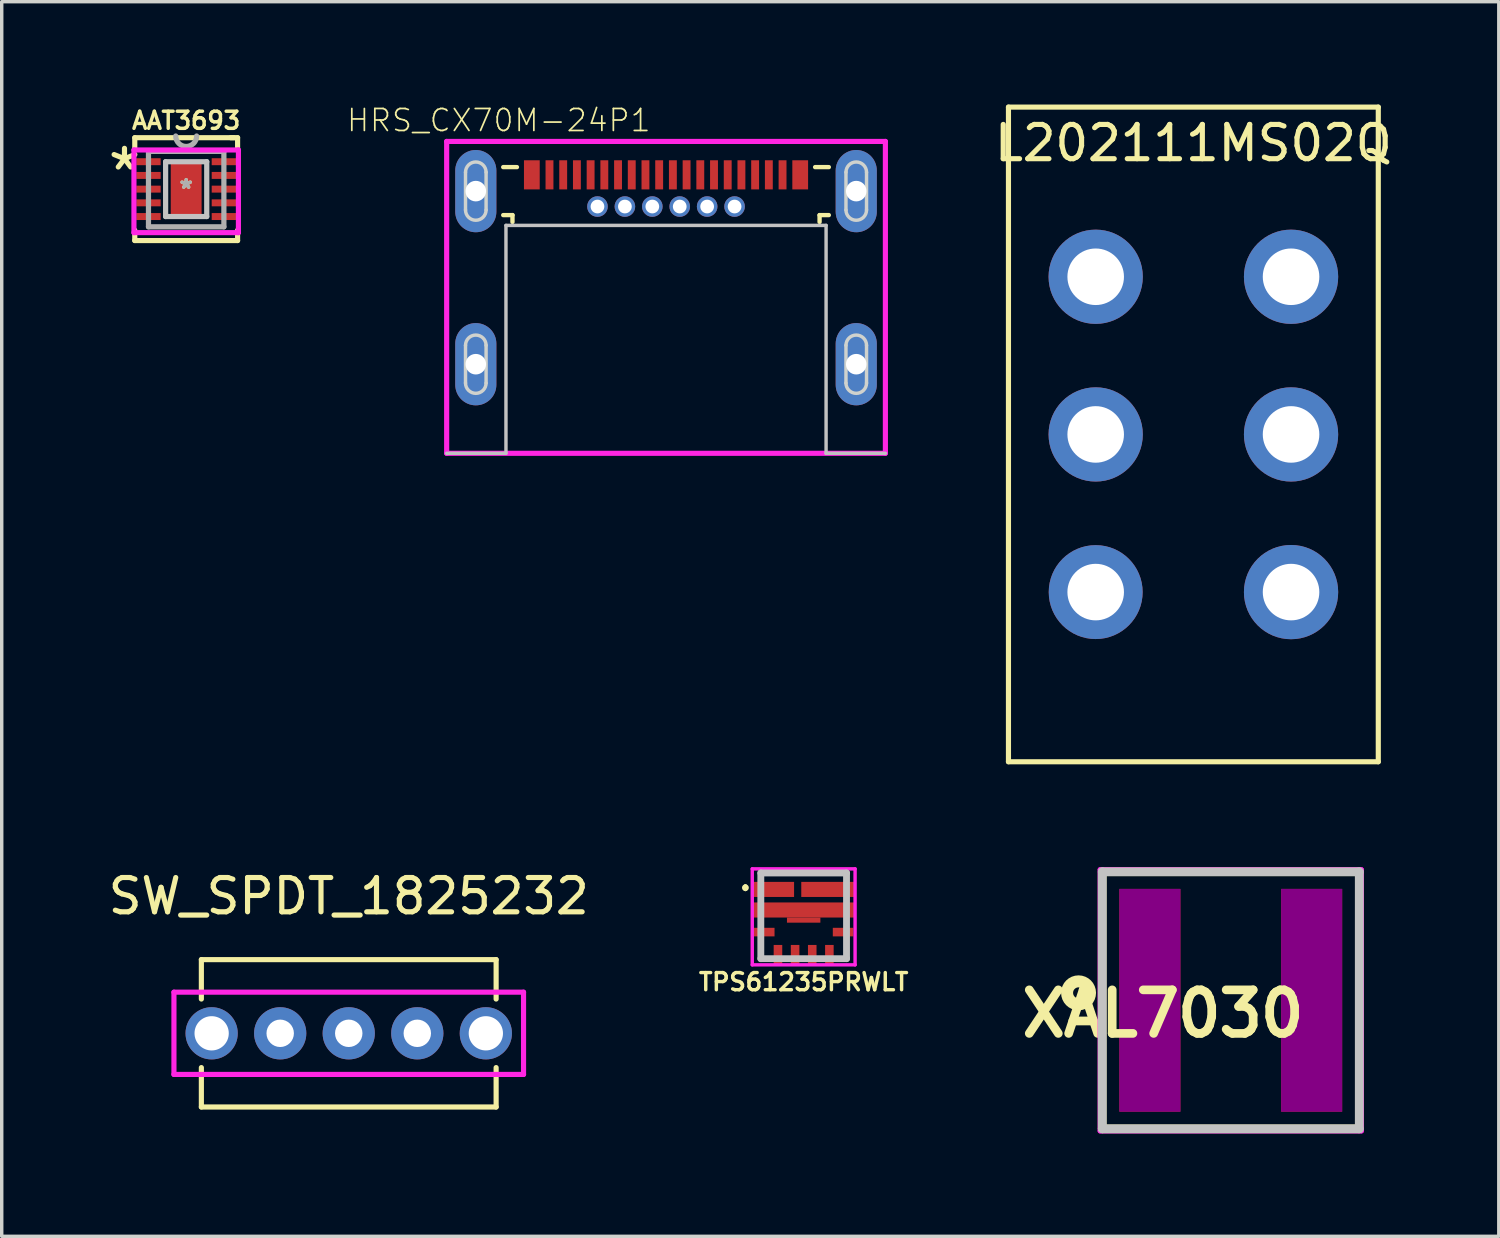
<source format=kicad_pcb>
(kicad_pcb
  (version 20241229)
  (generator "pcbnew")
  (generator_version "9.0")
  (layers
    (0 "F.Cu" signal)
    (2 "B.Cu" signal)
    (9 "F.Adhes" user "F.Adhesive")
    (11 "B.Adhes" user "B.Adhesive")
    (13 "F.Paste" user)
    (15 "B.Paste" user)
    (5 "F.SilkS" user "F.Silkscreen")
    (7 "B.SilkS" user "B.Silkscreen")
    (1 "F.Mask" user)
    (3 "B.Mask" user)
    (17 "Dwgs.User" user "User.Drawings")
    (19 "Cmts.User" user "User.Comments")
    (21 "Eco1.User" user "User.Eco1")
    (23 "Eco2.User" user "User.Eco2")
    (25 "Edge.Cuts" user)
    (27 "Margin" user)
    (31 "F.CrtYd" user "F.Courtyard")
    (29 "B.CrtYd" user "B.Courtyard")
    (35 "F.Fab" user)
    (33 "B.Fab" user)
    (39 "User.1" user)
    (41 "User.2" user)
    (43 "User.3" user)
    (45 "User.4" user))
  (footprint "HRS_CX70M-24P1"
    (layer "F.Cu")
    (at 16.382 7.576)
    (property "Reference" "HRS_CX70M-24P1" (at -4.879 -7.114 0) (layer "F.SilkS") (effects (font (size 0.641 0.641) (thickness 0.05))))
    (attr smd)
    (fp_line (start -4.75 -5.75) (end -4.35 -5.75) (stroke (width 0.127) (type solid)) (layer "F.SilkS"))
    (fp_line (start -4.75 -4.35) (end -4.48 -4.35) (stroke (width 0.127) (type solid)) (layer "F.SilkS"))
    (fp_line (start -4.48 -4.35) (end -4.48 -4.15) (stroke (width 0.127) (type solid)) (layer "F.SilkS"))
    (fp_line (start 4.35 -5.75) (end 4.75 -5.75) (stroke (width 0.127) (type solid)) (layer "F.SilkS"))
    (fp_line (start 4.48 -4.35) (end 4.48 -4.15) (stroke (width 0.127) (type solid)) (layer "F.SilkS"))
    (fp_line (start 4.75 -4.35) (end 4.48 -4.35) (stroke (width 0.127) (type solid)) (layer "F.SilkS"))
    (fp_line (start -6.4 2.6) (end -4.67 2.6) (stroke (width 0.1) (type solid)) (layer "Dwgs.User"))
    (fp_line (start -4.67 -4.05) (end 4.67 -4.05) (stroke (width 0.1) (type solid)) (layer "Dwgs.User"))
    (fp_line (start -4.67 2.6) (end -4.67 -4.05) (stroke (width 0.1) (type solid)) (layer "Dwgs.User"))
    (fp_line (start 4.67 -4.05) (end 4.67 2.6) (stroke (width 0.1) (type solid)) (layer "Dwgs.User"))
    (fp_line (start 4.67 2.6) (end 6.4 2.6) (stroke (width 0.1) (type solid)) (layer "Dwgs.User"))
    (fp_line (start -6.4 -6.5) (end 6.4 -6.5) (stroke (width 0.05) (type solid)) (layer "Eco1.User"))
    (fp_line (start -6.4 2.85) (end -6.4 -6.5) (stroke (width 0.05) (type solid)) (layer "Eco1.User"))
    (fp_line (start 6.4 -6.5) (end 6.4 2.85) (stroke (width 0.05) (type solid)) (layer "Eco1.User"))
    (fp_line (start 6.4 2.85) (end -6.4 2.85) (stroke (width 0.05) (type solid)) (layer "Eco1.User"))
    (fp_line (start -5.7 -5.75) (end -5.7 -4.35) (stroke (width 0.127) (type solid)) (layer "Eco2.User"))
    (fp_line (start -5.7 -5.75) (end 5.7 -5.75) (stroke (width 0.127) (type solid)) (layer "Eco2.User"))
    (fp_line (start -5.7 -4.35) (end -4.48 -4.35) (stroke (width 0.127) (type solid)) (layer "Eco2.User"))
    (fp_line (start -4.48 2.6) (end -4.48 -4.35) (stroke (width 0.127) (type solid)) (layer "Eco2.User"))
    (fp_line (start 4.48 -4.35) (end 4.48 2.6) (stroke (width 0.127) (type solid)) (layer "Eco2.User"))
    (fp_line (start 4.48 -4.35) (end 5.7 -4.35) (stroke (width 0.127) (type solid)) (layer "Eco2.User"))
    (fp_line (start 4.48 2.6) (end -4.48 2.6) (stroke (width 0.127) (type solid)) (layer "Eco2.User"))
    (fp_line (start 5.7 -5.75) (end 5.7 -4.35) (stroke (width 0.127) (type solid)) (layer "Eco2.User"))
    (fp_line (start -5.85 -4.5) (end -5.85 -5.6) (stroke (width 0.1) (type solid)) (layer "Edge.Cuts"))
    (fp_line (start -5.85 0.55) (end -5.85 -0.55) (stroke (width 0.1) (type solid)) (layer "Edge.Cuts"))
    (fp_line (start -5.25 -5.6) (end -5.25 -4.5) (stroke (width 0.1) (type solid)) (layer "Edge.Cuts"))
    (fp_line (start -5.25 -0.55) (end -5.25 0.55) (stroke (width 0.1) (type solid)) (layer "Edge.Cuts"))
    (fp_line (start 5.25 -4.5) (end 5.25 -5.6) (stroke (width 0.1) (type solid)) (layer "Edge.Cuts"))
    (fp_line (start 5.25 0.55) (end 5.25 -0.55) (stroke (width 0.1) (type solid)) (layer "Edge.Cuts"))
    (fp_line (start 5.85 -5.6) (end 5.85 -4.5) (stroke (width 0.1) (type solid)) (layer "Edge.Cuts"))
    (fp_line (start 5.85 -0.55) (end 5.85 0.55) (stroke (width 0.1) (type solid)) (layer "Edge.Cuts"))
    (fp_arc (start -5.85 -5.6) (mid -5.55 -5.9) (end -5.25 -5.6) (stroke (width 0.1) (type solid)) (layer "Edge.Cuts"))
    (fp_arc (start -5.85 -0.55) (mid -5.55 -0.85) (end -5.25 -0.55) (stroke (width 0.1) (type solid)) (layer "Edge.Cuts"))
    (fp_arc (start -5.25 -4.5) (mid -5.55 -4.2) (end -5.85 -4.5) (stroke (width 0.1) (type solid)) (layer "Edge.Cuts"))
    (fp_arc (start -5.25 0.55) (mid -5.55 0.85) (end -5.85 0.55) (stroke (width 0.1) (type solid)) (layer "Edge.Cuts"))
    (fp_arc (start 5.25 -5.6) (mid 5.55 -5.9) (end 5.85 -5.6) (stroke (width 0.1) (type solid)) (layer "Edge.Cuts"))
    (fp_arc (start 5.25 -0.55) (mid 5.55 -0.85) (end 5.85 -0.55) (stroke (width 0.1) (type solid)) (layer "Edge.Cuts"))
    (fp_arc (start 5.85 -4.5) (mid 5.55 -4.2) (end 5.25 -4.5) (stroke (width 0.1) (type solid)) (layer "Edge.Cuts"))
    (fp_arc (start 5.85 0.55) (mid 5.55 0.85) (end 5.25 0.55) (stroke (width 0.1) (type solid)) (layer "Edge.Cuts"))
    (fp_line (start -6.4 -6.5) (end 6.4 -6.5) (stroke (width 0.15) (type solid)) (layer "F.CrtYd"))
    (fp_line (start -6.4 2.6) (end -6.4 -6.5) (stroke (width 0.15) (type solid)) (layer "F.CrtYd"))
    (fp_line (start 6.4 -6.5) (end 6.4 2.6) (stroke (width 0.15) (type solid)) (layer "F.CrtYd"))
    (fp_line (start 6.4 2.6) (end -6.4 2.6) (stroke (width 0.15) (type solid)) (layer "F.CrtYd"))
    (pad "A1" smd rect (at -2.2 -5.525 90) (size 0.85 0.23) (layers "F.Cu" "F.Mask" "F.Paste"))
    (pad "A2" smd rect (at -1.8 -5.525 90) (size 0.85 0.23) (layers "F.Cu" "F.Mask" "F.Paste"))
    (pad "A3" smd rect (at -1.4 -5.525 90) (size 0.85 0.23) (layers "F.Cu" "F.Mask" "F.Paste"))
    (pad "A4" smd rect (at -1 -5.525 90) (size 0.85 0.23) (layers "F.Cu" "F.Mask" "F.Paste"))
    (pad "A5" smd rect (at -0.6 -5.525 90) (size 0.85 0.23) (layers "F.Cu" "F.Mask" "F.Paste"))
    (pad "A6" smd rect (at -0.2 -5.525 90) (size 0.85 0.23) (layers "F.Cu" "F.Mask" "F.Paste"))
    (pad "A7" smd rect (at 0.2 -5.525 90) (size 0.85 0.23) (layers "F.Cu" "F.Mask" "F.Paste"))
    (pad "A8" smd rect (at 0.6 -5.525 90) (size 0.85 0.23) (layers "F.Cu" "F.Mask" "F.Paste"))
    (pad "A9" smd rect (at 1 -5.525 90) (size 0.85 0.23) (layers "F.Cu" "F.Mask" "F.Paste"))
    (pad "A10" smd rect (at 1.4 -5.525 90) (size 0.85 0.23) (layers "F.Cu" "F.Mask" "F.Paste"))
    (pad "A11" smd rect (at 1.8 -5.525 90) (size 0.85 0.23) (layers "F.Cu" "F.Mask" "F.Paste"))
    (pad "A12" smd rect (at 2.2 -5.525 90) (size 0.85 0.23) (layers "F.Cu" "F.Mask" "F.Paste"))
    (pad "B1" smd rect (at 3.4 -5.525 90) (size 0.85 0.23) (layers "F.Cu" "F.Mask" "F.Paste"))
    (pad "B2" smd rect (at 3 -5.525 90) (size 0.85 0.23) (layers "F.Cu" "F.Mask" "F.Paste"))
    (pad "B3" smd rect (at 2.6 -5.525 90) (size 0.85 0.23) (layers "F.Cu" "F.Mask" "F.Paste"))
    (pad "B4" thru_hole circle (at 2 -4.6) (size 0.6 0.6) (drill 0.4) (layers "*.Cu" "*.Mask"))
    (pad "B5" thru_hole circle (at 1.2 -4.6) (size 0.6 0.6) (drill 0.4) (layers "*.Cu" "*.Mask"))
    (pad "B6" thru_hole circle (at 0.4 -4.6) (size 0.6 0.6) (drill 0.4) (layers "*.Cu" "*.Mask"))
    (pad "B7" thru_hole circle (at -0.4 -4.6) (size 0.6 0.6) (drill 0.4) (layers "*.Cu" "*.Mask"))
    (pad "B8" thru_hole circle (at -1.2 -4.6) (size 0.6 0.6) (drill 0.4) (layers "*.Cu" "*.Mask"))
    (pad "B9" thru_hole circle (at -2 -4.6) (size 0.6 0.6) (drill 0.4) (layers "*.Cu" "*.Mask"))
    (pad "B10" smd rect (at -2.6 -5.525 90) (size 0.85 0.23) (layers "F.Cu" "F.Mask" "F.Paste"))
    (pad "B11" smd rect (at -3 -5.525 90) (size 0.85 0.23) (layers "F.Cu" "F.Mask" "F.Paste"))
    (pad "B12" smd rect (at -3.4 -5.525 90) (size 0.85 0.23) (layers "F.Cu" "F.Mask" "F.Paste"))
    (pad "S1" thru_hole oval (at -5.55 -5.05 90) (size 2.4 1.2) (drill 0.6) (layers "*.Cu" "*.Mask"))
    (pad "S2" smd rect (at -3.915 -5.525 90) (size 0.85 0.46) (layers "F.Cu" "F.Mask" "F.Paste"))
    (pad "S3" smd rect (at 3.915 -5.525 90) (size 0.85 0.46) (layers "F.Cu" "F.Mask" "F.Paste"))
    (pad "S4" thru_hole oval (at 5.55 -5.05 90) (size 2.4 1.2) (drill 0.6) (layers "*.Cu" "*.Mask"))
    (pad "S5" thru_hole oval (at -5.55 0 90) (size 2.4 1.2) (drill 0.6) (layers "*.Cu" "*.Mask"))
    (pad "S6" thru_hole oval (at 5.55 0 90) (size 2.4 1.2) (drill 0.6) (layers "*.Cu" "*.Mask")))
  (footprint "L202111MS02Q"
    (layer "F.Cu")
    (at 31.768 9.625)
    (property "Reference" "L202111MS02Q" (at 0 -8.5 180) (layer "F.SilkS") (effects (font (size 1 1) (thickness 0.15))))
    (attr through_hole)
    (fp_line (start -5.395 -9.55) (end 5.395 -9.55) (stroke (width 0.15) (type solid)) (layer "F.SilkS"))
    (fp_line (start -5.395 9.55) (end -5.395 -9.55) (stroke (width 0.15) (type solid)) (layer "F.SilkS"))
    (fp_line (start 5.395 -9.55) (end 5.395 9.55) (stroke (width 0.15) (type solid)) (layer "F.SilkS"))
    (fp_line (start 5.395 9.55) (end -5.395 9.55) (stroke (width 0.15) (type solid)) (layer "F.SilkS"))
    (pad "1" thru_hole circle (at -2.85 4.6) (size 2.74 2.74) (drill 1.65) (layers "*.Cu" "*.Mask"))
    (pad "2" thru_hole circle (at -2.85 0) (size 2.75 2.75) (drill 1.65) (layers "*.Cu" "*.Mask"))
    (pad "3" thru_hole circle (at -2.85 -4.6) (size 2.75 2.75) (drill 1.65) (layers "*.Cu" "*.Mask"))
    (pad "4" thru_hole circle (at 2.85 4.6) (size 2.75 2.75) (drill 1.65) (layers "*.Cu" "*.Mask"))
    (pad "5" thru_hole circle (at 2.85 0) (size 2.75 2.75) (drill 1.65) (layers "*.Cu" "*.Mask"))
    (pad "6" thru_hole circle (at 2.85 -4.6) (size 2.75 2.75) (drill 1.65) (layers "*.Cu" "*.Mask")))
  (footprint "TPS61235PRWLT"
    (layer "F.Cu")
    (at 19.498 22.9)
    (property "Reference" "TPS61235PRWLT" (at 0.9 2.7 0) (layer "F.SilkS") (effects (font (size 0.5 0.5) (thickness 0.1))))
    (attr smd)
    (fp_line (start -0.8 -0.1) (end -0.8 -0.1) (stroke (width 0.1) (type solid)) (layer "F.SilkS"))
    (fp_line (start -0.8 0) (end -0.8 0) (stroke (width 0.1) (type solid)) (layer "F.SilkS"))
    (fp_line (start -0.35 -0.48) (end 2.15 -0.48) (stroke (width 0.1) (type solid)) (layer "F.SilkS"))
    (fp_line (start -0.35 1.57) (end -0.35 2.02) (stroke (width 0.1) (type solid)) (layer "F.SilkS"))
    (fp_line (start -0.35 2.02) (end -0.1 2.02) (stroke (width 0.1) (type solid)) (layer "F.SilkS"))
    (fp_line (start 1.9 2.02) (end 2.15 2.02) (stroke (width 0.1) (type solid)) (layer "F.SilkS"))
    (fp_line (start 2.15 2.02) (end 2.15 1.57) (stroke (width 0.1) (type solid)) (layer "F.SilkS"))
    (fp_arc (start -0.8 -0.1) (mid -0.75 -0.05) (end -0.8 0) (stroke (width 0.1) (type solid)) (layer "F.SilkS"))
    (fp_arc (start -0.8 0) (mid -0.85 -0.05) (end -0.8 -0.1) (stroke (width 0.1) (type solid)) (layer "F.SilkS"))
    (fp_line (start -0.35 -0.48) (end 2.15 -0.48) (stroke (width 0.2) (type solid)) (layer "Dwgs.User"))
    (fp_line (start -0.35 2.02) (end -0.35 -0.48) (stroke (width 0.2) (type solid)) (layer "Dwgs.User"))
    (fp_line (start 2.15 -0.48) (end 2.15 2.02) (stroke (width 0.2) (type solid)) (layer "Dwgs.User"))
    (fp_line (start 2.15 2.02) (end -0.35 2.02) (stroke (width 0.2) (type solid)) (layer "Dwgs.User"))
    (fp_line (start -0.6 -0.6) (end 2.4 -0.6) (stroke (width 0.1) (type solid)) (layer "F.CrtYd"))
    (fp_line (start -0.6 2.2) (end -0.6 -0.6) (stroke (width 0.1) (type solid)) (layer "F.CrtYd"))
    (fp_line (start 2.4 -0.6) (end 2.4 2.2) (stroke (width 0.1) (type solid)) (layer "F.CrtYd"))
    (fp_line (start 2.4 2.2) (end -0.6 2.2) (stroke (width 0.1) (type solid)) (layer "F.CrtYd"))
    (pad "1" smd rect (at 0 0 90) (size 0.44 1.24) (layers "F.Cu" "F.Mask" "F.Paste"))
    (pad "2" smd rect (at 0.9 0.6 90) (size 0.44 3.04) (layers "F.Cu" "F.Mask" "F.Paste"))
    (pad "3" smd rect (at -0.25 1.245 90) (size 0.25 0.6) (layers "F.Cu" "F.Mask" "F.Paste"))
    (pad "4" smd rect (at 0.15 1.92) (size 0.25 0.6) (layers "F.Cu" "F.Mask" "F.Paste"))
    (pad "5" smd rect (at 0.65 1.92) (size 0.25 0.6) (layers "F.Cu" "F.Mask" "F.Paste"))
    (pad "6" smd rect (at 1.15 1.92) (size 0.25 0.6) (layers "F.Cu" "F.Mask" "F.Paste"))
    (pad "7" smd rect (at 1.65 1.92) (size 0.25 0.6) (layers "F.Cu" "F.Mask" "F.Paste"))
    (pad "8" smd rect (at 2.05 1.245 90) (size 0.25 0.6) (layers "F.Cu" "F.Mask" "F.Paste"))
    (pad "9" smd rect (at 1.625 0 90) (size 0.44 1.59) (layers "F.Cu" "F.Mask" "F.Paste"))
    (pad "10" smd rect (at 0.9 0.895 90) (size 0.15 0.975) (layers "F.Cu" "F.Mask" "F.Paste")))
  (footprint "SW_SPDT_1825232"
    (layer "F.Cu")
    (at 7.125 27.098)
    (property "Reference" "SW_SPDT_1825232" (at 0 -4 0) (layer "F.SilkS") (effects (font (size 1 1) (thickness 0.15))))
    (attr through_hole)
    (fp_line (start -4.3 -2.15) (end 4.3 -2.15) (stroke (width 0.15) (type solid)) (layer "F.SilkS"))
    (fp_line (start -4.3 -1) (end -4.3 -2.15) (stroke (width 0.15) (type solid)) (layer "F.SilkS"))
    (fp_line (start -4.3 2.15) (end -4.3 1) (stroke (width 0.15) (type solid)) (layer "F.SilkS"))
    (fp_line (start 4.3 -2.15) (end 4.3 -1) (stroke (width 0.15) (type solid)) (layer "F.SilkS"))
    (fp_line (start 4.3 1) (end 4.3 2.15) (stroke (width 0.15) (type solid)) (layer "F.SilkS"))
    (fp_line (start 4.3 2.15) (end -4.3 2.15) (stroke (width 0.15) (type solid)) (layer "F.SilkS"))
    (fp_line (start -5.1 -1.2) (end 5.1 -1.2) (stroke (width 0.15) (type solid)) (layer "F.CrtYd"))
    (fp_line (start -5.1 1.2) (end -5.1 -1.2) (stroke (width 0.15) (type solid)) (layer "F.CrtYd"))
    (fp_line (start 5.1 -1.2) (end 5.1 1.2) (stroke (width 0.15) (type solid)) (layer "F.CrtYd"))
    (fp_line (start 5.1 1.2) (end -5.1 1.2) (stroke (width 0.15) (type solid)) (layer "F.CrtYd"))
    (pad "" np_thru_hole circle (at -4 0) (size 1.524 1.524) (drill 1) (layers "*.Cu" "*.Mask"))
    (pad "" np_thru_hole circle (at 4 0) (size 1.524 1.524) (drill 1) (layers "*.Cu" "*.Mask"))
    (pad "1" thru_hole circle (at -2 0) (size 1.524 1.524) (drill 0.8) (layers "*.Cu" "*.Mask"))
    (pad "2" thru_hole circle (at 0 0) (size 1.524 1.524) (drill 0.8) (layers "*.Cu" "*.Mask"))
    (pad "3" thru_hole circle (at 2 0) (size 1.524 1.524) (drill 0.8) (layers "*.Cu" "*.Mask")))
  (footprint "XAL7030"
    (layer "F.Cu")
    (at 32.859 26.135)
    (property "Reference" "XAL7030" (at -1.978 0.391 0) (layer "F.SilkS") (effects (font (size 1.27 1.27) (thickness 0.254))))
    (attr smd)
    (fp_line (start -3.75 -3.75) (end -3.75 3.75) (stroke (width 0.254) (type solid)) (layer "F.SilkS"))
    (fp_line (start -3.75 3.75) (end 3.75 3.75) (stroke (width 0.254) (type solid)) (layer "F.SilkS"))
    (fp_line (start 3.75 -3.75) (end -3.75 -3.75) (stroke (width 0.254) (type solid)) (layer "F.SilkS"))
    (fp_line (start 3.75 3.75) (end 3.75 -3.75) (stroke (width 0.254) (type solid)) (layer "F.SilkS"))
    (fp_circle (center -4.441 -0.218) (end -4.441 -0.058) (stroke (width 0.35) (type solid)) (fill no) (layer "F.SilkS"))
    (fp_line (start -3.75 -3.75) (end 3.75 -3.75) (stroke (width 0.254) (type solid)) (layer "Dwgs.User"))
    (fp_line (start -3.75 3.75) (end -3.75 -3.75) (stroke (width 0.254) (type solid)) (layer "Dwgs.User"))
    (fp_line (start 3.75 -3.75) (end 3.75 3.75) (stroke (width 0.254) (type solid)) (layer "Dwgs.User"))
    (fp_line (start 3.75 3.75) (end -3.75 3.75) (stroke (width 0.254) (type solid)) (layer "Dwgs.User"))
    (fp_line (start -3.81 -3.81) (end 3.81 -3.81) (stroke (width 0.15) (type solid)) (layer "F.CrtYd"))
    (fp_line (start -3.81 3.81) (end -3.81 -3.81) (stroke (width 0.15) (type solid)) (layer "F.CrtYd"))
    (fp_line (start 3.81 -3.81) (end 3.81 3.81) (stroke (width 0.15) (type solid)) (layer "F.CrtYd"))
    (fp_line (start 3.81 3.81) (end -3.81 3.81) (stroke (width 0.15) (type solid)) (layer "F.CrtYd"))
    (pad "1" smd rect (at -2.36 0) (size 1.78 6.5) (layers "F.Cu" "F.Mask" "F.Adhes" "F.Paste"))
    (pad "2" smd rect (at 2.36 0) (size 1.78 6.5) (layers "F.Cu" "F.Mask" "F.Adhes" "F.Paste")))
  (footprint "AAT3693"
    (layer "F.Cu")
    (at 2.382 2.468)
    (property "Reference" "AAT3693" (at 0 -2 0) (layer "F.SilkS") (effects (font (size 0.5 0.5) (thickness 0.1))))
    (attr through_hole)
    (fp_line (start -1.5 -1.5) (end 1.5 -1.5) (stroke (width 0.15) (type solid)) (layer "F.SilkS"))
    (fp_line (start -1.5 -1.2) (end -1.5 -1.5) (stroke (width 0.15) (type solid)) (layer "F.SilkS"))
    (fp_line (start -1.5 1.2) (end -1.5 1.5) (stroke (width 0.15) (type solid)) (layer "F.SilkS"))
    (fp_line (start -1.5 1.5) (end 1.5 1.5) (stroke (width 0.15) (type solid)) (layer "F.SilkS"))
    (fp_line (start 1.3 -1.5) (end 1.4 -1.5) (stroke (width 0.15) (type solid)) (layer "F.SilkS"))
    (fp_line (start 1.5 -1.5) (end 1.5 -1.2) (stroke (width 0.15) (type solid)) (layer "F.SilkS"))
    (fp_line (start 1.5 1.5) (end 1.5 1.2) (stroke (width 0.15) (type solid)) (layer "F.SilkS"))
    (fp_line (start -0.6 -0.8) (end -0.6 0.8) (stroke (width 0.152) (type solid)) (layer "Dwgs.User"))
    (fp_line (start -0.6 0.8) (end 0.6 0.8) (stroke (width 0.152) (type solid)) (layer "Dwgs.User"))
    (fp_line (start 0.6 -0.8) (end -0.6 -0.8) (stroke (width 0.152) (type solid)) (layer "Dwgs.User"))
    (fp_line (start 0.6 0.8) (end 0.6 -0.8) (stroke (width 0.152) (type solid)) (layer "Dwgs.User"))
    (fp_line (start -1.524 -1.143) (end 1.524 -1.143) (stroke (width 0.15) (type solid)) (layer "F.CrtYd"))
    (fp_line (start -1.524 1.27) (end -1.524 -1.143) (stroke (width 0.15) (type solid)) (layer "F.CrtYd"))
    (fp_line (start 1.524 -1.143) (end 1.524 1.27) (stroke (width 0.15) (type solid)) (layer "F.CrtYd"))
    (fp_line (start 1.524 1.27) (end -1.524 1.27) (stroke (width 0.15) (type solid)) (layer "F.CrtYd"))
    (fp_line (start -1.1 -1.1) (end -1.1 1.1) (stroke (width 0.152) (type solid)) (layer "F.Fab"))
    (fp_line (start -1.1 1.1) (end 1.1 1.1) (stroke (width 0.152) (type solid)) (layer "F.Fab"))
    (fp_line (start 1.1 -1.1) (end -1.1 -1.1) (stroke (width 0.152) (type solid)) (layer "F.Fab"))
    (fp_line (start 1.1 1.1) (end 1.1 -1.1) (stroke (width 0.152) (type solid)) (layer "F.Fab"))
    (fp_arc (start 0.3048 -1.5494) (mid 0 -1.2446) (end -0.3048 -1.5494) (stroke (width 0.1524) (type solid)) (layer "F.Fab"))
    (fp_text user "*" (at -1.8 -0.5 0) (layer "F.SilkS") (effects (font (size 1.27 1.27) (thickness 0.15))))
    (fp_text user "*" (at 0 0 0) (layer "F.SilkS") (effects (font (size 0.5 0.5) (thickness 0.1))))
    (fp_text user "*" (at 0 0 0) (layer "F.Fab") (effects (font (size 0.5 0.5) (thickness 0.1))))
    (pad "1" smd rect (at -1.1 -0.8) (size 0.711 0.203) (layers "F.Cu" "F.Mask" "F.Paste"))
    (pad "2" smd rect (at -1.1 -0.4) (size 0.711 0.203) (layers "F.Cu" "F.Mask" "F.Paste"))
    (pad "3" smd rect (at -1.1 0) (size 0.711 0.203) (layers "F.Cu" "F.Mask" "F.Paste"))
    (pad "4" smd rect (at -1.1 0.4) (size 0.711 0.203) (layers "F.Cu" "F.Mask" "F.Paste"))
    (pad "5" smd rect (at -1.1 0.8) (size 0.711 0.203) (layers "F.Cu" "F.Mask" "F.Paste"))
    (pad "6" smd rect (at 1.1 0.8) (size 0.711 0.203) (layers "F.Cu" "F.Mask" "F.Paste"))
    (pad "7" smd rect (at 1.1 0.4) (size 0.711 0.203) (layers "F.Cu" "F.Mask" "F.Paste"))
    (pad "8" smd rect (at 1.1 0) (size 0.711 0.203) (layers "F.Cu" "F.Mask" "F.Paste"))
    (pad "9" smd rect (at 1.1 -0.4) (size 0.711 0.203) (layers "F.Cu" "F.Mask" "F.Paste"))
    (pad "10" smd rect (at 1.1 -0.8) (size 0.711 0.203) (layers "F.Cu" "F.Mask" "F.Paste"))
    (pad "11" smd rect (at 0 0) (size 0.9 1.7) (layers "F.Cu" "F.Mask" "F.Paste")))
  (gr_rect
    (start -3 -3)
    (end 40.679 33.02)
    (stroke (width 0.1) (type default))
    (fill no)
    (layer "Edge.Cuts")))
</source>
